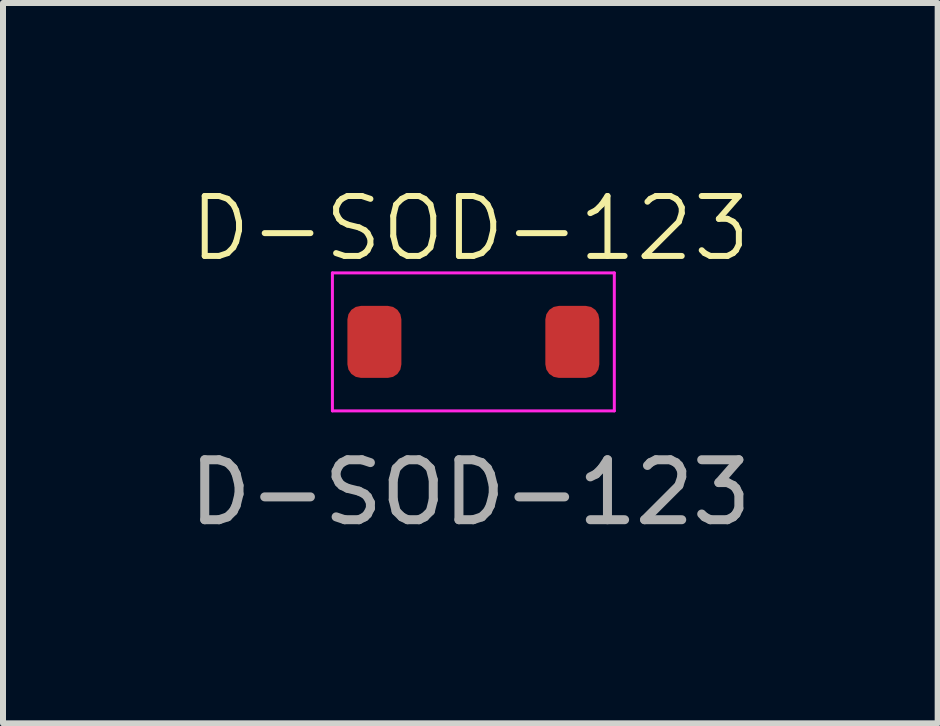
<source format=kicad_pcb>
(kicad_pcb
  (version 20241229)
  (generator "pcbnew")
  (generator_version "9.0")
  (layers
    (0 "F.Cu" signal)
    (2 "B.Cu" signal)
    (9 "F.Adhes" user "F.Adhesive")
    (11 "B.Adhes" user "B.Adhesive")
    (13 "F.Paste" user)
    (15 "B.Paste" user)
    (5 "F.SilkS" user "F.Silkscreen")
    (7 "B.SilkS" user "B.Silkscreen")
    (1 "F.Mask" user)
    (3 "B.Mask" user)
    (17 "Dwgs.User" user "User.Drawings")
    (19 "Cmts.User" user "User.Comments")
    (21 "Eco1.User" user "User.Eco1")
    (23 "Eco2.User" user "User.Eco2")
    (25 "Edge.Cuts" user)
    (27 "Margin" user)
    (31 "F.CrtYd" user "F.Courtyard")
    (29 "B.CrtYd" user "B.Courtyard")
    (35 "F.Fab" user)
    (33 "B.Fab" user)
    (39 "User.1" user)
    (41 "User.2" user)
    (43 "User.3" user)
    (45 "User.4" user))
  (footprint "D-SOD-123"
    (layer "F.Cu")
    (at 4.792 2.66)
    (property "Reference" "D-SOD-123" (at 0 -1.9 0) (unlocked yes) (layer "F.SilkS") (effects (font (size 1 1) (thickness 0.1))))
    (attr smd)
    (fp_line (start -0.7 -0.01) (end -0.3 -0.01) (stroke (width 0.1) (type solid)) (layer "F.Mask"))
    (fp_line (start -0.3 -0.01) (end -0.3 -0.56) (stroke (width 0.1) (type solid)) (layer "F.Mask"))
    (fp_line (start -0.3 -0.01) (end -0.3 0.54) (stroke (width 0.1) (type solid)) (layer "F.Mask"))
    (fp_line (start -0.3 -0.01) (end 0.3 -0.41) (stroke (width 0.1) (type solid)) (layer "F.Mask"))
    (fp_line (start 0.3 -0.41) (end 0.3 0.39) (stroke (width 0.1) (type solid)) (layer "F.Mask"))
    (fp_line (start 0.3 -0.01) (end 0.8 -0.01) (stroke (width 0.1) (type solid)) (layer "F.Mask"))
    (fp_line (start 0.3 0.39) (end -0.3 -0.01) (stroke (width 0.1) (type solid)) (layer "F.Mask"))
    (fp_line (start -2.3 -1.16) (end -2.3 1.14) (stroke (width 0.05) (type solid)) (layer "F.CrtYd"))
    (fp_line (start -2.3 -1.16) (end 2.4 -1.16) (stroke (width 0.05) (type solid)) (layer "F.CrtYd"))
    (fp_line (start 2.4 -1.16) (end 2.4 1.14) (stroke (width 0.05) (type solid)) (layer "F.CrtYd"))
    (fp_line (start 2.4 1.14) (end -2.3 1.14) (stroke (width 0.05) (type solid)) (layer "F.CrtYd"))
    (fp_text user "${REFERENCE}" (at 0 2.5 0) (unlocked yes) (layer "F.Fab") (effects (font (size 1 1) (thickness 0.15))))
    (pad "1" smd roundrect (at -1.6 -0.01) (size 0.9 1.2) (layers "F.Cu" "F.Mask" "F.Paste") (roundrect_rratio 0.25))
    (pad "2" smd roundrect (at 1.7 -0.01) (size 0.9 1.2) (layers "F.Cu" "F.Mask" "F.Paste") (roundrect_rratio 0.25)))
  (gr_rect
    (start -3 -3)
    (end 12.583 9.009)
    (stroke (width 0.1) (type default))
    (fill no)
    (layer "Edge.Cuts")))
</source>
